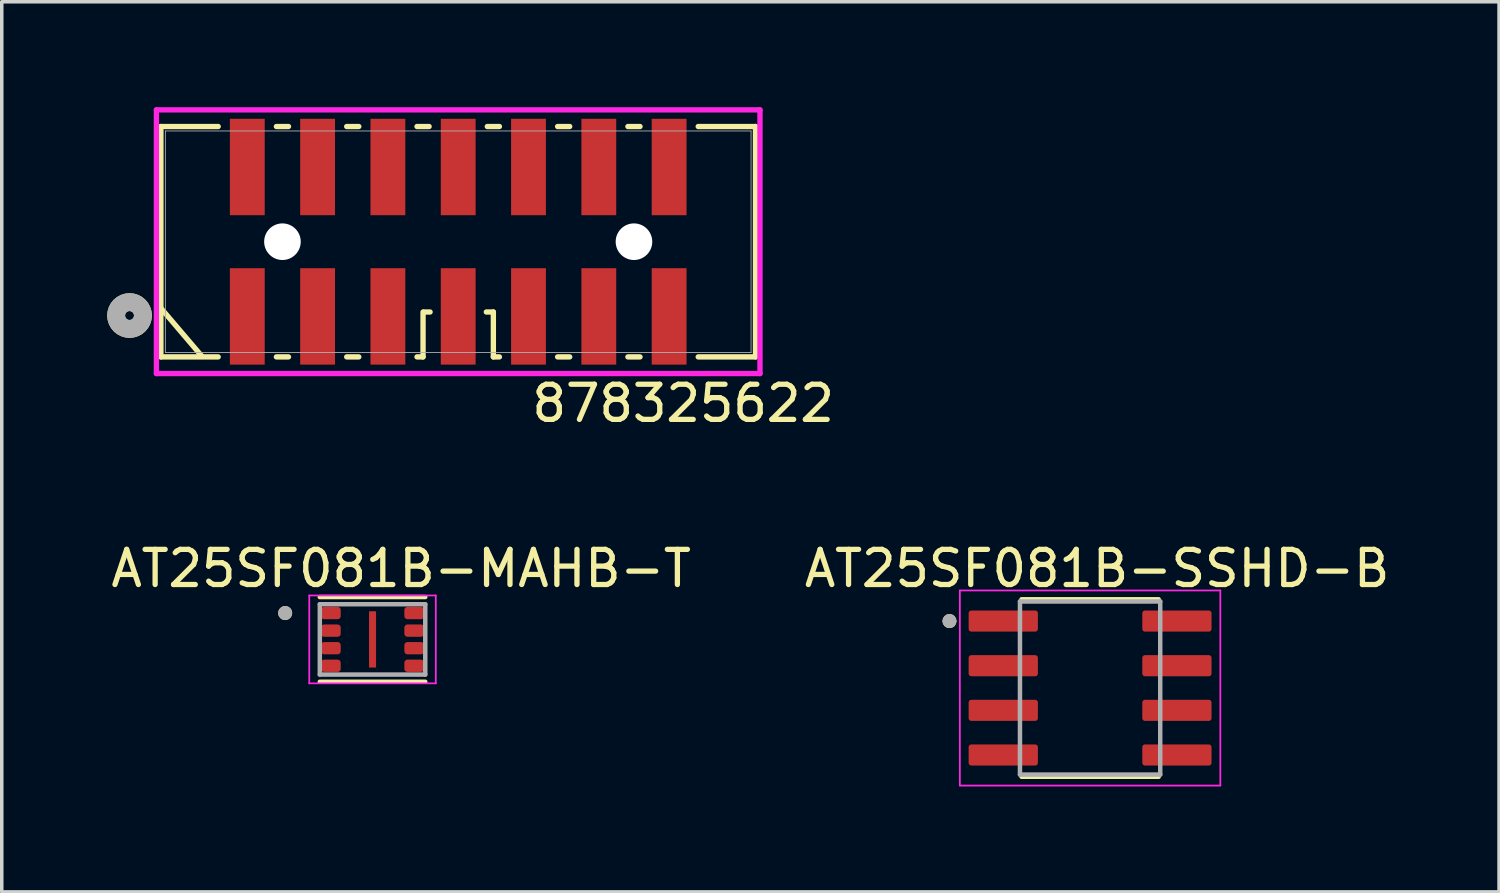
<source format=kicad_pcb>
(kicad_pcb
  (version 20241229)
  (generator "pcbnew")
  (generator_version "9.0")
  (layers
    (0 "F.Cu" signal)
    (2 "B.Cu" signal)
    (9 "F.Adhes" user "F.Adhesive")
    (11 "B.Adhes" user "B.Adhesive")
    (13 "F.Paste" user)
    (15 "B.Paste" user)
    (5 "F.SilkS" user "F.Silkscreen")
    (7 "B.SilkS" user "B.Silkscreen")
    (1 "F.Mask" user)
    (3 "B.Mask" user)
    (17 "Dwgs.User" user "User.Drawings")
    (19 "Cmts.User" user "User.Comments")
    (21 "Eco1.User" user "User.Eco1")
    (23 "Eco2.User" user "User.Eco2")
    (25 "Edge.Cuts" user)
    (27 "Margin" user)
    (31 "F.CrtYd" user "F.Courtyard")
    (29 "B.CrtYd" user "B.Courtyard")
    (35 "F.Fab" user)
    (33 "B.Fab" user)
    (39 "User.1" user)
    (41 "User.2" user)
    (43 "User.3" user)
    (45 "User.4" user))
  (footprint "AT25SF081B-SSHD-B"
    (layer "F.Cu")
    (at 27.961 16.523)
    (property "Reference" "AT25SF081B-SSHD-B" (at 0.2 -3.4 0) (layer "F.SilkS") (effects (font (size 1 1) (thickness 0.15))))
    (attr smd)
    (fp_line (start -1.95 -2.525) (end 1.95 -2.525) (stroke (width 0.127) (type solid)) (layer "F.SilkS"))
    (fp_line (start -1.95 2.525) (end 1.95 2.525) (stroke (width 0.127) (type solid)) (layer "F.SilkS"))
    (fp_circle (center -4 -1.905) (end -3.9 -1.905) (stroke (width 0.2) (type solid)) (fill no) (layer "F.SilkS"))
    (fp_line (start -3.705 -2.775) (end -3.705 2.775) (stroke (width 0.05) (type solid)) (layer "F.CrtYd"))
    (fp_line (start -3.705 -2.775) (end 3.705 -2.775) (stroke (width 0.05) (type solid)) (layer "F.CrtYd"))
    (fp_line (start -3.705 2.775) (end 3.705 2.775) (stroke (width 0.05) (type solid)) (layer "F.CrtYd"))
    (fp_line (start 3.705 -2.775) (end 3.705 2.775) (stroke (width 0.05) (type solid)) (layer "F.CrtYd"))
    (fp_line (start -1.995 -2.462) (end -1.995 2.462) (stroke (width 0.127) (type solid)) (layer "F.Fab"))
    (fp_line (start -1.995 -2.462) (end 1.995 -2.462) (stroke (width 0.127) (type solid)) (layer "F.Fab"))
    (fp_line (start -1.995 2.462) (end 1.995 2.462) (stroke (width 0.127) (type solid)) (layer "F.Fab"))
    (fp_line (start 1.995 -2.462) (end 1.995 2.462) (stroke (width 0.127) (type solid)) (layer "F.Fab"))
    (fp_circle (center -4 -1.905) (end -3.9 -1.905) (stroke (width 0.2) (type solid)) (fill no) (layer "F.Fab"))
    (pad "1" smd roundrect (at -2.47 -1.905) (size 1.97 0.6) (layers "F.Cu" "F.Mask" "F.Paste") (roundrect_rratio 0.125))
    (pad "2" smd roundrect (at -2.47 -0.635) (size 1.97 0.6) (layers "F.Cu" "F.Mask" "F.Paste") (roundrect_rratio 0.125))
    (pad "3" smd roundrect (at -2.47 0.635) (size 1.97 0.6) (layers "F.Cu" "F.Mask" "F.Paste") (roundrect_rratio 0.125))
    (pad "4" smd roundrect (at -2.47 1.905) (size 1.97 0.6) (layers "F.Cu" "F.Mask" "F.Paste") (roundrect_rratio 0.125))
    (pad "5" smd roundrect (at 2.47 1.905) (size 1.97 0.6) (layers "F.Cu" "F.Mask" "F.Paste") (roundrect_rratio 0.125))
    (pad "6" smd roundrect (at 2.47 0.635) (size 1.97 0.6) (layers "F.Cu" "F.Mask" "F.Paste") (roundrect_rratio 0.125))
    (pad "7" smd roundrect (at 2.47 -0.635) (size 1.97 0.6) (layers "F.Cu" "F.Mask" "F.Paste") (roundrect_rratio 0.125))
    (pad "8" smd roundrect (at 2.47 -1.905) (size 1.97 0.6) (layers "F.Cu" "F.Mask" "F.Paste") (roundrect_rratio 0.125)))
  (footprint "878325622"
    (layer "F.Cu")
    (at 9.985 3.826)
    (property "Reference" "878325622" (at 6.4 4.6 0) (unlocked yes) (layer "F.SilkS") (effects (font (size 1 1) (thickness 0.15))))
    (attr smd)
    (fp_line (start -8.458 -3.277) (end -8.458 3.277) (stroke (width 0.152) (type solid)) (layer "F.SilkS"))
    (fp_line (start -8.458 3.277) (end -6.828 3.277) (stroke (width 0.152) (type solid)) (layer "F.SilkS"))
    (fp_line (start -7.3 3.25) (end -8.45 1.9) (stroke (width 0.15) (type default)) (layer "F.SilkS"))
    (fp_line (start -6.828 -3.277) (end -8.458 -3.277) (stroke (width 0.152) (type solid)) (layer "F.SilkS"))
    (fp_line (start -5.172 3.277) (end -4.828 3.277) (stroke (width 0.152) (type solid)) (layer "F.SilkS"))
    (fp_line (start -4.828 -3.277) (end -5.172 -3.277) (stroke (width 0.152) (type solid)) (layer "F.SilkS"))
    (fp_line (start -3.172 3.277) (end -2.828 3.277) (stroke (width 0.152) (type solid)) (layer "F.SilkS"))
    (fp_line (start -2.828 -3.277) (end -3.172 -3.277) (stroke (width 0.152) (type solid)) (layer "F.SilkS"))
    (fp_line (start -1.172 3.277) (end -1 3.277) (stroke (width 0.152) (type solid)) (layer "F.SilkS"))
    (fp_line (start -1 2) (end -1 3.277) (stroke (width 0.152) (type solid)) (layer "F.SilkS"))
    (fp_line (start -0.972 2) (end -0.8 2) (stroke (width 0.152) (type solid)) (layer "F.SilkS"))
    (fp_line (start -0.828 -3.277) (end -1.172 -3.277) (stroke (width 0.152) (type solid)) (layer "F.SilkS"))
    (fp_line (start 0.8 2) (end 1 2) (stroke (width 0.152) (type solid)) (layer "F.SilkS"))
    (fp_line (start 1 2) (end 1 3.277) (stroke (width 0.152) (type solid)) (layer "F.SilkS"))
    (fp_line (start 1 3.277) (end 1.172 3.277) (stroke (width 0.152) (type solid)) (layer "F.SilkS"))
    (fp_line (start 1.172 -3.277) (end 0.828 -3.277) (stroke (width 0.152) (type solid)) (layer "F.SilkS"))
    (fp_line (start 2.828 3.277) (end 3.172 3.277) (stroke (width 0.152) (type solid)) (layer "F.SilkS"))
    (fp_line (start 3.172 -3.277) (end 2.828 -3.277) (stroke (width 0.152) (type solid)) (layer "F.SilkS"))
    (fp_line (start 4.828 3.277) (end 5.172 3.277) (stroke (width 0.152) (type solid)) (layer "F.SilkS"))
    (fp_line (start 5.172 -3.277) (end 4.828 -3.277) (stroke (width 0.152) (type solid)) (layer "F.SilkS"))
    (fp_line (start 6.828 3.277) (end 8.458 3.277) (stroke (width 0.152) (type solid)) (layer "F.SilkS"))
    (fp_line (start 8.458 -3.277) (end 6.828 -3.277) (stroke (width 0.152) (type solid)) (layer "F.SilkS"))
    (fp_line (start 8.458 3.277) (end 8.458 -3.277) (stroke (width 0.152) (type solid)) (layer "F.SilkS"))
    (fp_circle (center -9.35 2.1) (end -8.969 2.1) (stroke (width 0.508) (type solid)) (fill no) (layer "F.SilkS"))
    (fp_line (start -8.585 -3.75) (end -8.585 3.751) (stroke (width 0.152) (type solid)) (layer "F.CrtYd"))
    (fp_line (start -8.585 3.751) (end 8.585 3.751) (stroke (width 0.152) (type solid)) (layer "F.CrtYd"))
    (fp_line (start 8.585 -3.75) (end -8.585 -3.75) (stroke (width 0.152) (type solid)) (layer "F.CrtYd"))
    (fp_line (start 8.585 3.751) (end 8.585 -3.75) (stroke (width 0.152) (type solid)) (layer "F.CrtYd"))
    (fp_line (start -8.331 -3.15) (end -8.331 3.15) (stroke (width 0.025) (type solid)) (layer "F.Fab"))
    (fp_line (start -8.331 3.15) (end 8.331 3.15) (stroke (width 0.025) (type solid)) (layer "F.Fab"))
    (fp_line (start 8.331 -3.15) (end -8.331 -3.15) (stroke (width 0.025) (type solid)) (layer "F.Fab"))
    (fp_line (start 8.331 3.15) (end 8.331 -3.15) (stroke (width 0.025) (type solid)) (layer "F.Fab"))
    (fp_circle (center -9.35 2.1) (end -8.969 2.1) (stroke (width 0.508) (type solid)) (fill no) (layer "F.Fab"))
    (pad "" np_thru_hole circle (at -5 0) (size 1.041 1.041) (drill 1.041) (layers "*.Cu" "*.Mask"))
    (pad "" np_thru_hole circle (at 5 0) (size 1.041 1.041) (drill 1.041) (layers "*.Cu" "*.Mask"))
    (pad "1" smd rect (at -6 2.125) (size 0.991 2.743) (layers "F.Cu" "F.Mask" "F.Paste"))
    (pad "2" smd rect (at -6 -2.125) (size 0.991 2.743) (layers "F.Cu" "F.Mask" "F.Paste"))
    (pad "3" smd rect (at -4 2.125) (size 0.991 2.743) (layers "F.Cu" "F.Mask" "F.Paste"))
    (pad "4" smd rect (at -4 -2.125) (size 0.991 2.743) (layers "F.Cu" "F.Mask" "F.Paste"))
    (pad "5" smd rect (at -2 2.125) (size 0.991 2.743) (layers "F.Cu" "F.Mask" "F.Paste"))
    (pad "6" smd rect (at -2 -2.125) (size 0.991 2.743) (layers "F.Cu" "F.Mask" "F.Paste"))
    (pad "7" smd rect (at 0 2.125) (size 0.991 2.743) (layers "F.Cu" "F.Mask" "F.Paste"))
    (pad "8" smd rect (at 0 -2.125) (size 0.991 2.743) (layers "F.Cu" "F.Mask" "F.Paste"))
    (pad "9" smd rect (at 2 2.125) (size 0.991 2.743) (layers "F.Cu" "F.Mask" "F.Paste"))
    (pad "10" smd rect (at 2 -2.125) (size 0.991 2.743) (layers "F.Cu" "F.Mask" "F.Paste"))
    (pad "11" smd rect (at 4 2.125) (size 0.991 2.743) (layers "F.Cu" "F.Mask" "F.Paste"))
    (pad "12" smd rect (at 4 -2.125) (size 0.991 2.743) (layers "F.Cu" "F.Mask" "F.Paste"))
    (pad "13" smd rect (at 6 2.125) (size 0.991 2.743) (layers "F.Cu" "F.Mask" "F.Paste"))
    (pad "14" smd rect (at 6 -2.125) (size 0.991 2.743) (layers "F.Cu" "F.Mask" "F.Paste")))
  (footprint "AT25SF081B-MAHB-T"
    (layer "F.Cu")
    (at 7.548 15.14)
    (property "Reference" "AT25SF081B-MAHB-T" (at 0.815 -2.017 0) (layer "F.SilkS") (effects (font (size 1 1) (thickness 0.15))))
    (attr smd)
    (fp_line (start -1.5 -1.205) (end 1.5 -1.205) (stroke (width 0.127) (type solid)) (layer "F.SilkS"))
    (fp_line (start -1.5 1.205) (end 1.5 1.205) (stroke (width 0.127) (type solid)) (layer "F.SilkS"))
    (fp_circle (center -2.485 -0.75) (end -2.385 -0.75) (stroke (width 0.2) (type solid)) (fill no) (layer "F.SilkS"))
    (fp_poly (pts (xy -0.07 -0.565) (xy 0.07 -0.565) (xy 0.07 0.565) (xy -0.07 0.565)) (stroke (width 0.01) (type solid)) (fill yes) (layer "F.Paste"))
    (fp_line (start -1.8 -1.25) (end -1.8 1.25) (stroke (width 0.05) (type solid)) (layer "F.CrtYd"))
    (fp_line (start -1.8 -1.25) (end 1.8 -1.25) (stroke (width 0.05) (type solid)) (layer "F.CrtYd"))
    (fp_line (start -1.8 1.25) (end 1.8 1.25) (stroke (width 0.05) (type solid)) (layer "F.CrtYd"))
    (fp_line (start 1.8 -1.25) (end 1.8 1.25) (stroke (width 0.05) (type solid)) (layer "F.CrtYd"))
    (fp_line (start -1.5 -1) (end -1.5 1) (stroke (width 0.127) (type solid)) (layer "F.Fab"))
    (fp_line (start -1.5 -1) (end 1.5 -1) (stroke (width 0.127) (type solid)) (layer "F.Fab"))
    (fp_line (start -1.5 1) (end 1.5 1) (stroke (width 0.127) (type solid)) (layer "F.Fab"))
    (fp_line (start 1.5 -1) (end 1.5 1) (stroke (width 0.127) (type solid)) (layer "F.Fab"))
    (fp_circle (center -2.485 -0.75) (end -2.385 -0.75) (stroke (width 0.2) (type solid)) (fill no) (layer "F.Fab"))
    (pad "1" smd roundrect (at -1.185 -0.75) (size 0.56 0.35) (layers "F.Cu" "F.Mask" "F.Paste") (roundrect_rratio 0.25))
    (pad "2" smd roundrect (at -1.185 -0.25) (size 0.56 0.35) (layers "F.Cu" "F.Mask" "F.Paste") (roundrect_rratio 0.25))
    (pad "3" smd roundrect (at -1.185 0.25) (size 0.56 0.35) (layers "F.Cu" "F.Mask" "F.Paste") (roundrect_rratio 0.25))
    (pad "4" smd roundrect (at -1.185 0.75) (size 0.56 0.35) (layers "F.Cu" "F.Mask" "F.Paste") (roundrect_rratio 0.25))
    (pad "5" smd roundrect (at 1.185 0.75) (size 0.56 0.35) (layers "F.Cu" "F.Mask" "F.Paste") (roundrect_rratio 0.25))
    (pad "6" smd roundrect (at 1.185 0.25) (size 0.56 0.35) (layers "F.Cu" "F.Mask" "F.Paste") (roundrect_rratio 0.25))
    (pad "7" smd roundrect (at 1.185 -0.25) (size 0.56 0.35) (layers "F.Cu" "F.Mask" "F.Paste") (roundrect_rratio 0.25))
    (pad "8" smd roundrect (at 1.185 -0.75) (size 0.56 0.35) (layers "F.Cu" "F.Mask" "F.Paste") (roundrect_rratio 0.25))
    (pad "9" smd rect (at 0 0) (size 0.2 1.6) (layers "F.Cu" "F.Mask" "F.Paste")))
  (gr_rect
    (start -3 -3)
    (end 39.595 22.323)
    (stroke (width 0.1) (type default))
    (fill no)
    (layer "Edge.Cuts")))
</source>
